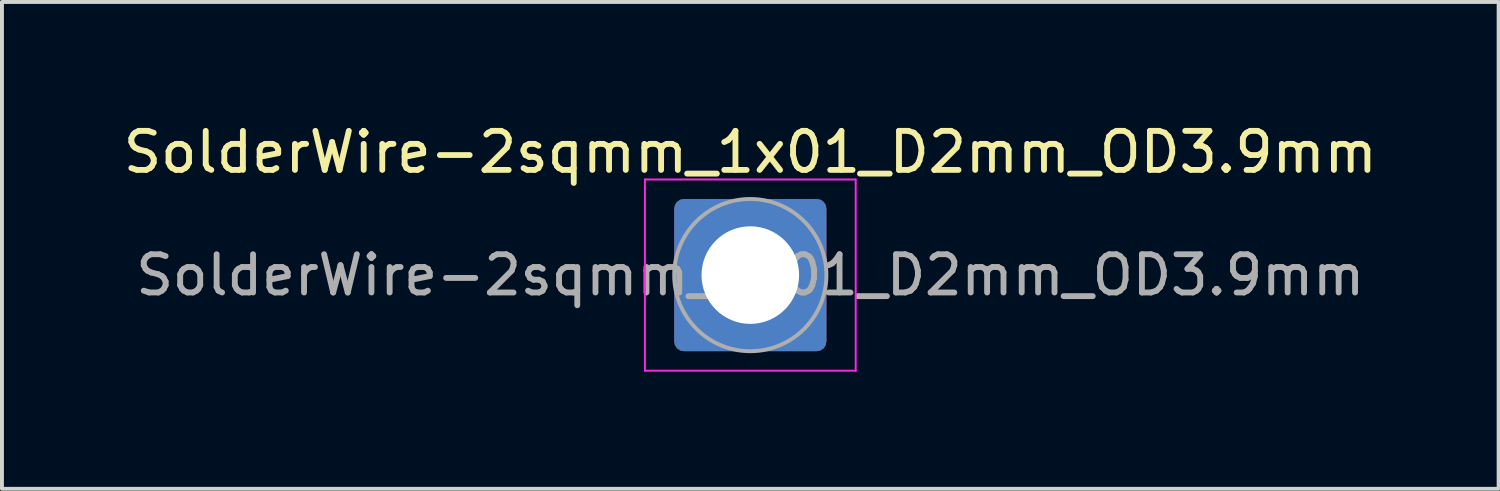
<source format=kicad_pcb>
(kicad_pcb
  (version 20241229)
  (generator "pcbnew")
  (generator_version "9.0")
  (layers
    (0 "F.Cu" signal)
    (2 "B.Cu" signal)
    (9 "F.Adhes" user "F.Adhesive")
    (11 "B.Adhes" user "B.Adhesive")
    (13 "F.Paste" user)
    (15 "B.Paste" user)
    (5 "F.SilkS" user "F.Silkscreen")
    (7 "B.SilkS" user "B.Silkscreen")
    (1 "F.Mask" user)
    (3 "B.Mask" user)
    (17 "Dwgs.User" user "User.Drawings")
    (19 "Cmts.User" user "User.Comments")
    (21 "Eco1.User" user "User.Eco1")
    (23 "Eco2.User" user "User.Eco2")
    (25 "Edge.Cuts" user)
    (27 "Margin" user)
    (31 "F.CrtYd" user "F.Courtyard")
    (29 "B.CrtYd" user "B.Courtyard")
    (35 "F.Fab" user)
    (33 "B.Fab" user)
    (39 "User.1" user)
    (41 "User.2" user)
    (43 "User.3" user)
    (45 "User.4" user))
  (footprint "SolderWire-2sqmm_1x01_D2mm_OD3.9mm"
    (layer "F.Cu")
    (at 16.173 3.998)
    (property "Reference" "SolderWire-2sqmm_1x01_D2mm_OD3.9mm" (at 0 -3.15 0) (layer "F.SilkS") (effects (font (size 1 1) (thickness 0.15))))
    (attr exclude_from_pos_files exclude_from_bom)
    (fp_line (start -2.7 -2.45) (end -2.7 2.45) (stroke (width 0.05) (type solid)) (layer "F.CrtYd"))
    (fp_line (start -2.7 2.45) (end 2.7 2.45) (stroke (width 0.05) (type solid)) (layer "F.CrtYd"))
    (fp_line (start 2.7 -2.45) (end -2.7 -2.45) (stroke (width 0.05) (type solid)) (layer "F.CrtYd"))
    (fp_line (start 2.7 2.45) (end 2.7 -2.45) (stroke (width 0.05) (type solid)) (layer "F.CrtYd"))
    (fp_circle (center 0 0) (end 1.95 0) (stroke (width 0.1) (type solid)) (fill no) (layer "F.Fab"))
    (fp_text user "${REFERENCE}" (at 0 0 0) (layer "F.Fab") (effects (font (size 0.98 0.98) (thickness 0.15))))
    (pad "1" thru_hole roundrect (at 0 0) (size 3.9 3.9) (drill 2.5) (layers "*.Cu" "*.Mask") (roundrect_rratio 0.064)))
  (gr_rect
    (start -3 -3)
    (end 35.345 9.473)
    (stroke (width 0.1) (type default))
    (fill no)
    (layer "Edge.Cuts")))
</source>
